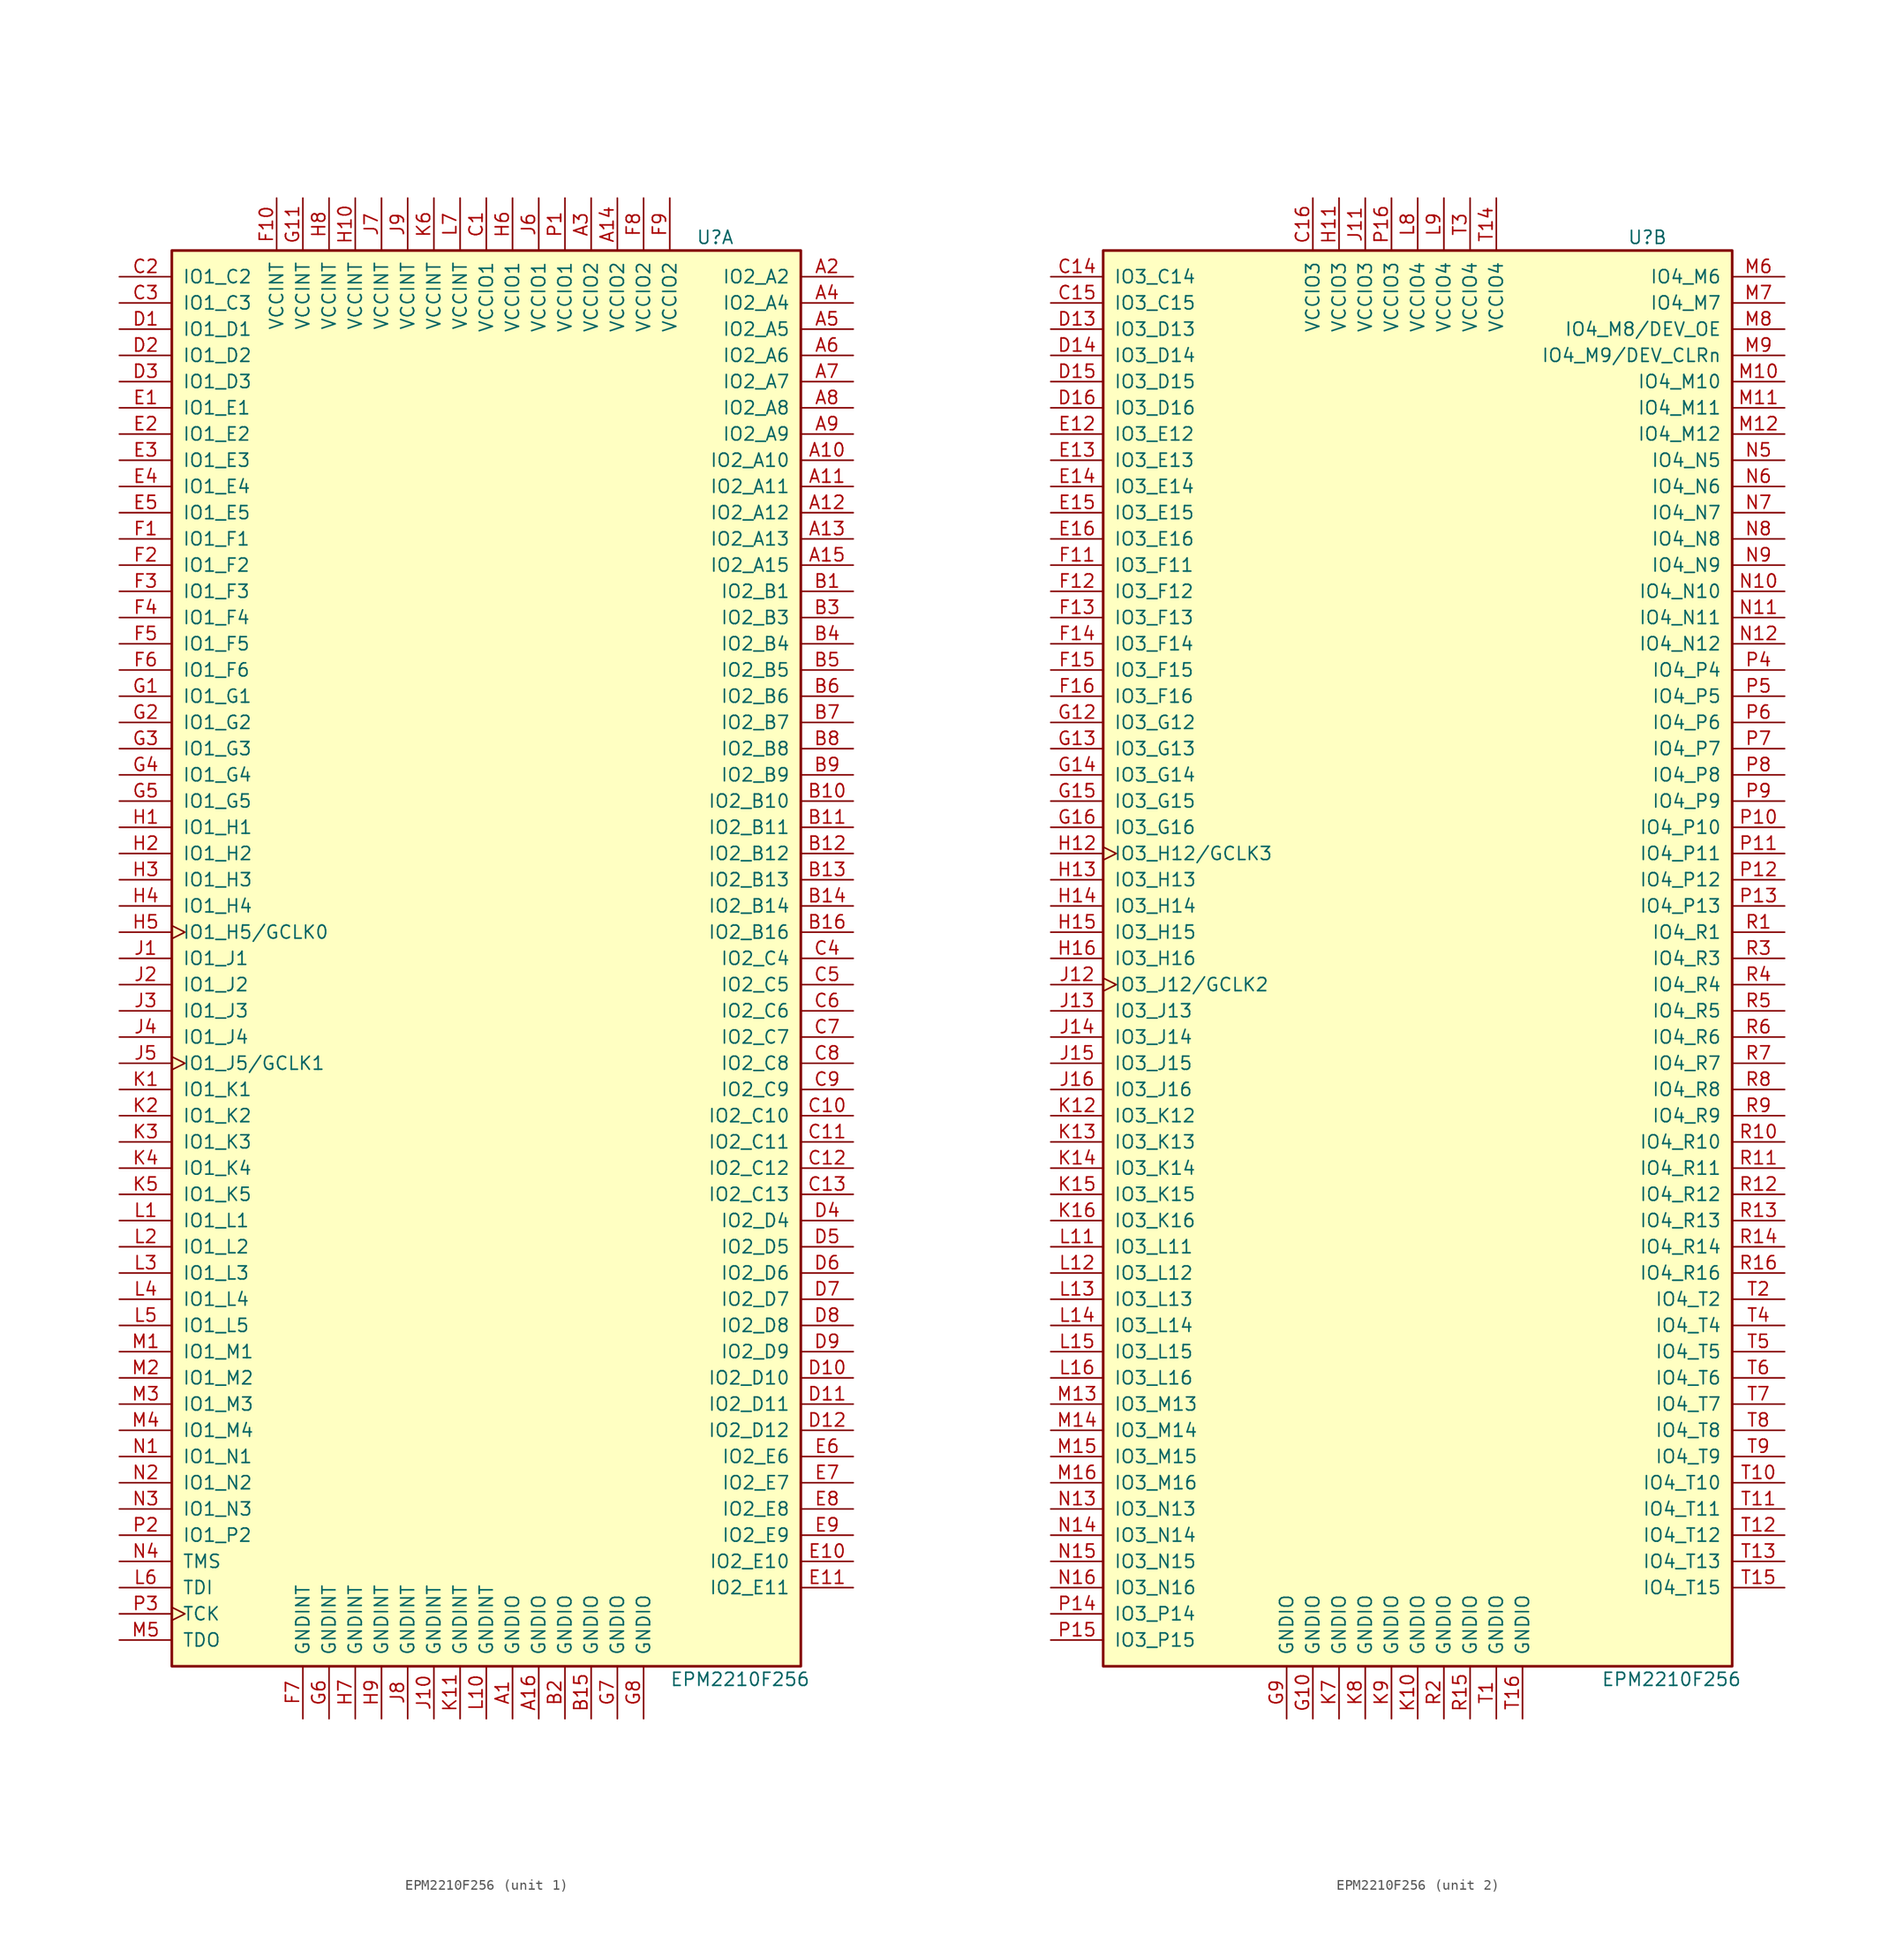
<source format=kicad_sym>
(kicad_symbol_lib
  (version 20211014)
  (generator kicad_symbol_editor)
  (symbol "EPM2210F256"
    (pin_names
      (offset 1.016))
    (property "Reference" "U"
      (at 20.32 69.85 0)
      (effects (font (size 1.27 1.27)) (justify left)))
    (property "Value" "EPM2210F256"
      (at 17.78 -69.85 0)
      (effects (font (size 1.27 1.27)) (justify left)))
    (property "ki_locked" ""
      (at 0 0 0)
      (effects (font (size 1.27 1.27))))
    (symbol "EPM2210F256_1_1"
      (rectangle (start -30.48 68.58) (end 30.48 -68.58) (stroke (width 0.254) (type default) (color 0 0 0 0)) (fill (type background)))
      (pin power_in line (at 2.54 -73.66 90) (length 5.08) (name "GNDIO" (effects (font (size 1.27 1.27)))) (number "A1" (effects (font (size 1.27 1.27)))))
      (pin bidirectional line (at 35.56 48.26 180) (length 5.08) (name "IO2_A10" (effects (font (size 1.27 1.27)))) (number "A10" (effects (font (size 1.27 1.27)))))
      (pin bidirectional line (at 35.56 45.72 180) (length 5.08) (name "IO2_A11" (effects (font (size 1.27 1.27)))) (number "A11" (effects (font (size 1.27 1.27)))))
      (pin bidirectional line (at 35.56 43.18 180) (length 5.08) (name "IO2_A12" (effects (font (size 1.27 1.27)))) (number "A12" (effects (font (size 1.27 1.27)))))
      (pin bidirectional line (at 35.56 40.64 180) (length 5.08) (name "IO2_A13" (effects (font (size 1.27 1.27)))) (number "A13" (effects (font (size 1.27 1.27)))))
      (pin power_in line (at 12.7 73.66 270) (length 5.08) (name "VCCIO2" (effects (font (size 1.27 1.27)))) (number "A14" (effects (font (size 1.27 1.27)))))
      (pin bidirectional line (at 35.56 38.1 180) (length 5.08) (name "IO2_A15" (effects (font (size 1.27 1.27)))) (number "A15" (effects (font (size 1.27 1.27)))))
      (pin power_in line (at 5.08 -73.66 90) (length 5.08) (name "GNDIO" (effects (font (size 1.27 1.27)))) (number "A16" (effects (font (size 1.27 1.27)))))
      (pin bidirectional line (at 35.56 66.04 180) (length 5.08) (name "IO2_A2" (effects (font (size 1.27 1.27)))) (number "A2" (effects (font (size 1.27 1.27)))))
      (pin power_in line (at 10.16 73.66 270) (length 5.08) (name "VCCIO2" (effects (font (size 1.27 1.27)))) (number "A3" (effects (font (size 1.27 1.27)))))
      (pin bidirectional line (at 35.56 63.5 180) (length 5.08) (name "IO2_A4" (effects (font (size 1.27 1.27)))) (number "A4" (effects (font (size 1.27 1.27)))))
      (pin bidirectional line (at 35.56 60.96 180) (length 5.08) (name "IO2_A5" (effects (font (size 1.27 1.27)))) (number "A5" (effects (font (size 1.27 1.27)))))
      (pin bidirectional line (at 35.56 58.42 180) (length 5.08) (name "IO2_A6" (effects (font (size 1.27 1.27)))) (number "A6" (effects (font (size 1.27 1.27)))))
      (pin bidirectional line (at 35.56 55.88 180) (length 5.08) (name "IO2_A7" (effects (font (size 1.27 1.27)))) (number "A7" (effects (font (size 1.27 1.27)))))
      (pin bidirectional line (at 35.56 53.34 180) (length 5.08) (name "IO2_A8" (effects (font (size 1.27 1.27)))) (number "A8" (effects (font (size 1.27 1.27)))))
      (pin bidirectional line (at 35.56 50.8 180) (length 5.08) (name "IO2_A9" (effects (font (size 1.27 1.27)))) (number "A9" (effects (font (size 1.27 1.27)))))
      (pin bidirectional line (at 35.56 35.56 180) (length 5.08) (name "IO2_B1" (effects (font (size 1.27 1.27)))) (number "B1" (effects (font (size 1.27 1.27)))))
      (pin bidirectional line (at 35.56 15.24 180) (length 5.08) (name "IO2_B10" (effects (font (size 1.27 1.27)))) (number "B10" (effects (font (size 1.27 1.27)))))
      (pin bidirectional line (at 35.56 12.7 180) (length 5.08) (name "IO2_B11" (effects (font (size 1.27 1.27)))) (number "B11" (effects (font (size 1.27 1.27)))))
      (pin bidirectional line (at 35.56 10.16 180) (length 5.08) (name "IO2_B12" (effects (font (size 1.27 1.27)))) (number "B12" (effects (font (size 1.27 1.27)))))
      (pin bidirectional line (at 35.56 7.62 180) (length 5.08) (name "IO2_B13" (effects (font (size 1.27 1.27)))) (number "B13" (effects (font (size 1.27 1.27)))))
      (pin bidirectional line (at 35.56 5.08 180) (length 5.08) (name "IO2_B14" (effects (font (size 1.27 1.27)))) (number "B14" (effects (font (size 1.27 1.27)))))
      (pin power_in line (at 10.16 -73.66 90) (length 5.08) (name "GNDIO" (effects (font (size 1.27 1.27)))) (number "B15" (effects (font (size 1.27 1.27)))))
      (pin bidirectional line (at 35.56 2.54 180) (length 5.08) (name "IO2_B16" (effects (font (size 1.27 1.27)))) (number "B16" (effects (font (size 1.27 1.27)))))
      (pin power_in line (at 7.62 -73.66 90) (length 5.08) (name "GNDIO" (effects (font (size 1.27 1.27)))) (number "B2" (effects (font (size 1.27 1.27)))))
      (pin bidirectional line (at 35.56 33.02 180) (length 5.08) (name "IO2_B3" (effects (font (size 1.27 1.27)))) (number "B3" (effects (font (size 1.27 1.27)))))
      (pin bidirectional line (at 35.56 30.48 180) (length 5.08) (name "IO2_B4" (effects (font (size 1.27 1.27)))) (number "B4" (effects (font (size 1.27 1.27)))))
      (pin bidirectional line (at 35.56 27.94 180) (length 5.08) (name "IO2_B5" (effects (font (size 1.27 1.27)))) (number "B5" (effects (font (size 1.27 1.27)))))
      (pin bidirectional line (at 35.56 25.4 180) (length 5.08) (name "IO2_B6" (effects (font (size 1.27 1.27)))) (number "B6" (effects (font (size 1.27 1.27)))))
      (pin bidirectional line (at 35.56 22.86 180) (length 5.08) (name "IO2_B7" (effects (font (size 1.27 1.27)))) (number "B7" (effects (font (size 1.27 1.27)))))
      (pin bidirectional line (at 35.56 20.32 180) (length 5.08) (name "IO2_B8" (effects (font (size 1.27 1.27)))) (number "B8" (effects (font (size 1.27 1.27)))))
      (pin bidirectional line (at 35.56 17.78 180) (length 5.08) (name "IO2_B9" (effects (font (size 1.27 1.27)))) (number "B9" (effects (font (size 1.27 1.27)))))
      (pin power_in line (at 0 73.66 270) (length 5.08) (name "VCCIO1" (effects (font (size 1.27 1.27)))) (number "C1" (effects (font (size 1.27 1.27)))))
      (pin bidirectional line (at 35.56 -15.24 180) (length 5.08) (name "IO2_C10" (effects (font (size 1.27 1.27)))) (number "C10" (effects (font (size 1.27 1.27)))))
      (pin bidirectional line (at 35.56 -17.78 180) (length 5.08) (name "IO2_C11" (effects (font (size 1.27 1.27)))) (number "C11" (effects (font (size 1.27 1.27)))))
      (pin bidirectional line (at 35.56 -20.32 180) (length 5.08) (name "IO2_C12" (effects (font (size 1.27 1.27)))) (number "C12" (effects (font (size 1.27 1.27)))))
      (pin bidirectional line (at 35.56 -22.86 180) (length 5.08) (name "IO2_C13" (effects (font (size 1.27 1.27)))) (number "C13" (effects (font (size 1.27 1.27)))))
      (pin bidirectional line (at -35.56 66.04 0) (length 5.08) (name "IO1_C2" (effects (font (size 1.27 1.27)))) (number "C2" (effects (font (size 1.27 1.27)))))
      (pin bidirectional line (at -35.56 63.5 0) (length 5.08) (name "IO1_C3" (effects (font (size 1.27 1.27)))) (number "C3" (effects (font (size 1.27 1.27)))))
      (pin bidirectional line (at 35.56 0 180) (length 5.08) (name "IO2_C4" (effects (font (size 1.27 1.27)))) (number "C4" (effects (font (size 1.27 1.27)))))
      (pin bidirectional line (at 35.56 -2.54 180) (length 5.08) (name "IO2_C5" (effects (font (size 1.27 1.27)))) (number "C5" (effects (font (size 1.27 1.27)))))
      (pin bidirectional line (at 35.56 -5.08 180) (length 5.08) (name "IO2_C6" (effects (font (size 1.27 1.27)))) (number "C6" (effects (font (size 1.27 1.27)))))
      (pin bidirectional line (at 35.56 -7.62 180) (length 5.08) (name "IO2_C7" (effects (font (size 1.27 1.27)))) (number "C7" (effects (font (size 1.27 1.27)))))
      (pin bidirectional line (at 35.56 -10.16 180) (length 5.08) (name "IO2_C8" (effects (font (size 1.27 1.27)))) (number "C8" (effects (font (size 1.27 1.27)))))
      (pin bidirectional line (at 35.56 -12.7 180) (length 5.08) (name "IO2_C9" (effects (font (size 1.27 1.27)))) (number "C9" (effects (font (size 1.27 1.27)))))
      (pin bidirectional line (at -35.56 60.96 0) (length 5.08) (name "IO1_D1" (effects (font (size 1.27 1.27)))) (number "D1" (effects (font (size 1.27 1.27)))))
      (pin bidirectional line (at 35.56 -40.64 180) (length 5.08) (name "IO2_D10" (effects (font (size 1.27 1.27)))) (number "D10" (effects (font (size 1.27 1.27)))))
      (pin bidirectional line (at 35.56 -43.18 180) (length 5.08) (name "IO2_D11" (effects (font (size 1.27 1.27)))) (number "D11" (effects (font (size 1.27 1.27)))))
      (pin bidirectional line (at 35.56 -45.72 180) (length 5.08) (name "IO2_D12" (effects (font (size 1.27 1.27)))) (number "D12" (effects (font (size 1.27 1.27)))))
      (pin bidirectional line (at -35.56 58.42 0) (length 5.08) (name "IO1_D2" (effects (font (size 1.27 1.27)))) (number "D2" (effects (font (size 1.27 1.27)))))
      (pin bidirectional line (at -35.56 55.88 0) (length 5.08) (name "IO1_D3" (effects (font (size 1.27 1.27)))) (number "D3" (effects (font (size 1.27 1.27)))))
      (pin bidirectional line (at 35.56 -25.4 180) (length 5.08) (name "IO2_D4" (effects (font (size 1.27 1.27)))) (number "D4" (effects (font (size 1.27 1.27)))))
      (pin bidirectional line (at 35.56 -27.94 180) (length 5.08) (name "IO2_D5" (effects (font (size 1.27 1.27)))) (number "D5" (effects (font (size 1.27 1.27)))))
      (pin bidirectional line (at 35.56 -30.48 180) (length 5.08) (name "IO2_D6" (effects (font (size 1.27 1.27)))) (number "D6" (effects (font (size 1.27 1.27)))))
      (pin bidirectional line (at 35.56 -33.02 180) (length 5.08) (name "IO2_D7" (effects (font (size 1.27 1.27)))) (number "D7" (effects (font (size 1.27 1.27)))))
      (pin bidirectional line (at 35.56 -35.56 180) (length 5.08) (name "IO2_D8" (effects (font (size 1.27 1.27)))) (number "D8" (effects (font (size 1.27 1.27)))))
      (pin bidirectional line (at 35.56 -38.1 180) (length 5.08) (name "IO2_D9" (effects (font (size 1.27 1.27)))) (number "D9" (effects (font (size 1.27 1.27)))))
      (pin bidirectional line (at -35.56 53.34 0) (length 5.08) (name "IO1_E1" (effects (font (size 1.27 1.27)))) (number "E1" (effects (font (size 1.27 1.27)))))
      (pin bidirectional line (at 35.56 -58.42 180) (length 5.08) (name "IO2_E10" (effects (font (size 1.27 1.27)))) (number "E10" (effects (font (size 1.27 1.27)))))
      (pin bidirectional line (at 35.56 -60.96 180) (length 5.08) (name "IO2_E11" (effects (font (size 1.27 1.27)))) (number "E11" (effects (font (size 1.27 1.27)))))
      (pin bidirectional line (at -35.56 50.8 0) (length 5.08) (name "IO1_E2" (effects (font (size 1.27 1.27)))) (number "E2" (effects (font (size 1.27 1.27)))))
      (pin bidirectional line (at -35.56 48.26 0) (length 5.08) (name "IO1_E3" (effects (font (size 1.27 1.27)))) (number "E3" (effects (font (size 1.27 1.27)))))
      (pin bidirectional line (at -35.56 45.72 0) (length 5.08) (name "IO1_E4" (effects (font (size 1.27 1.27)))) (number "E4" (effects (font (size 1.27 1.27)))))
      (pin bidirectional line (at -35.56 43.18 0) (length 5.08) (name "IO1_E5" (effects (font (size 1.27 1.27)))) (number "E5" (effects (font (size 1.27 1.27)))))
      (pin bidirectional line (at 35.56 -48.26 180) (length 5.08) (name "IO2_E6" (effects (font (size 1.27 1.27)))) (number "E6" (effects (font (size 1.27 1.27)))))
      (pin bidirectional line (at 35.56 -50.8 180) (length 5.08) (name "IO2_E7" (effects (font (size 1.27 1.27)))) (number "E7" (effects (font (size 1.27 1.27)))))
      (pin bidirectional line (at 35.56 -53.34 180) (length 5.08) (name "IO2_E8" (effects (font (size 1.27 1.27)))) (number "E8" (effects (font (size 1.27 1.27)))))
      (pin bidirectional line (at 35.56 -55.88 180) (length 5.08) (name "IO2_E9" (effects (font (size 1.27 1.27)))) (number "E9" (effects (font (size 1.27 1.27)))))
      (pin bidirectional line (at -35.56 40.64 0) (length 5.08) (name "IO1_F1" (effects (font (size 1.27 1.27)))) (number "F1" (effects (font (size 1.27 1.27)))))
      (pin power_in line (at -20.32 73.66 270) (length 5.08) (name "VCCINT" (effects (font (size 1.27 1.27)))) (number "F10" (effects (font (size 1.27 1.27)))))
      (pin bidirectional line (at -35.56 38.1 0) (length 5.08) (name "IO1_F2" (effects (font (size 1.27 1.27)))) (number "F2" (effects (font (size 1.27 1.27)))))
      (pin bidirectional line (at -35.56 35.56 0) (length 5.08) (name "IO1_F3" (effects (font (size 1.27 1.27)))) (number "F3" (effects (font (size 1.27 1.27)))))
      (pin bidirectional line (at -35.56 33.02 0) (length 5.08) (name "IO1_F4" (effects (font (size 1.27 1.27)))) (number "F4" (effects (font (size 1.27 1.27)))))
      (pin bidirectional line (at -35.56 30.48 0) (length 5.08) (name "IO1_F5" (effects (font (size 1.27 1.27)))) (number "F5" (effects (font (size 1.27 1.27)))))
      (pin bidirectional line (at -35.56 27.94 0) (length 5.08) (name "IO1_F6" (effects (font (size 1.27 1.27)))) (number "F6" (effects (font (size 1.27 1.27)))))
      (pin power_in line (at -17.78 -73.66 90) (length 5.08) (name "GNDINT" (effects (font (size 1.27 1.27)))) (number "F7" (effects (font (size 1.27 1.27)))))
      (pin power_in line (at 15.24 73.66 270) (length 5.08) (name "VCCIO2" (effects (font (size 1.27 1.27)))) (number "F8" (effects (font (size 1.27 1.27)))))
      (pin power_in line (at 17.78 73.66 270) (length 5.08) (name "VCCIO2" (effects (font (size 1.27 1.27)))) (number "F9" (effects (font (size 1.27 1.27)))))
      (pin bidirectional line (at -35.56 25.4 0) (length 5.08) (name "IO1_G1" (effects (font (size 1.27 1.27)))) (number "G1" (effects (font (size 1.27 1.27)))))
      (pin power_in line (at -17.78 73.66 270) (length 5.08) (name "VCCINT" (effects (font (size 1.27 1.27)))) (number "G11" (effects (font (size 1.27 1.27)))))
      (pin bidirectional line (at -35.56 22.86 0) (length 5.08) (name "IO1_G2" (effects (font (size 1.27 1.27)))) (number "G2" (effects (font (size 1.27 1.27)))))
      (pin bidirectional line (at -35.56 20.32 0) (length 5.08) (name "IO1_G3" (effects (font (size 1.27 1.27)))) (number "G3" (effects (font (size 1.27 1.27)))))
      (pin bidirectional line (at -35.56 17.78 0) (length 5.08) (name "IO1_G4" (effects (font (size 1.27 1.27)))) (number "G4" (effects (font (size 1.27 1.27)))))
      (pin bidirectional line (at -35.56 15.24 0) (length 5.08) (name "IO1_G5" (effects (font (size 1.27 1.27)))) (number "G5" (effects (font (size 1.27 1.27)))))
      (pin power_in line (at -15.24 -73.66 90) (length 5.08) (name "GNDINT" (effects (font (size 1.27 1.27)))) (number "G6" (effects (font (size 1.27 1.27)))))
      (pin power_in line (at 12.7 -73.66 90) (length 5.08) (name "GNDIO" (effects (font (size 1.27 1.27)))) (number "G7" (effects (font (size 1.27 1.27)))))
      (pin power_in line (at 15.24 -73.66 90) (length 5.08) (name "GNDIO" (effects (font (size 1.27 1.27)))) (number "G8" (effects (font (size 1.27 1.27)))))
      (pin bidirectional line (at -35.56 12.7 0) (length 5.08) (name "IO1_H1" (effects (font (size 1.27 1.27)))) (number "H1" (effects (font (size 1.27 1.27)))))
      (pin power_in line (at -12.7 73.66 270) (length 5.08) (name "VCCINT" (effects (font (size 1.27 1.27)))) (number "H10" (effects (font (size 1.27 1.27)))))
      (pin bidirectional line (at -35.56 10.16 0) (length 5.08) (name "IO1_H2" (effects (font (size 1.27 1.27)))) (number "H2" (effects (font (size 1.27 1.27)))))
      (pin bidirectional line (at -35.56 7.62 0) (length 5.08) (name "IO1_H3" (effects (font (size 1.27 1.27)))) (number "H3" (effects (font (size 1.27 1.27)))))
      (pin bidirectional line (at -35.56 5.08 0) (length 5.08) (name "IO1_H4" (effects (font (size 1.27 1.27)))) (number "H4" (effects (font (size 1.27 1.27)))))
      (pin bidirectional clock (at -35.56 2.54 0) (length 5.08) (name "IO1_H5/GCLK0" (effects (font (size 1.27 1.27)))) (number "H5" (effects (font (size 1.27 1.27)))))
      (pin power_in line (at 2.54 73.66 270) (length 5.08) (name "VCCIO1" (effects (font (size 1.27 1.27)))) (number "H6" (effects (font (size 1.27 1.27)))))
      (pin power_in line (at -12.7 -73.66 90) (length 5.08) (name "GNDINT" (effects (font (size 1.27 1.27)))) (number "H7" (effects (font (size 1.27 1.27)))))
      (pin power_in line (at -15.24 73.66 270) (length 5.08) (name "VCCINT" (effects (font (size 1.27 1.27)))) (number "H8" (effects (font (size 1.27 1.27)))))
      (pin power_in line (at -10.16 -73.66 90) (length 5.08) (name "GNDINT" (effects (font (size 1.27 1.27)))) (number "H9" (effects (font (size 1.27 1.27)))))
      (pin bidirectional line (at -35.56 0 0) (length 5.08) (name "IO1_J1" (effects (font (size 1.27 1.27)))) (number "J1" (effects (font (size 1.27 1.27)))))
      (pin power_in line (at -5.08 -73.66 90) (length 5.08) (name "GNDINT" (effects (font (size 1.27 1.27)))) (number "J10" (effects (font (size 1.27 1.27)))))
      (pin bidirectional line (at -35.56 -2.54 0) (length 5.08) (name "IO1_J2" (effects (font (size 1.27 1.27)))) (number "J2" (effects (font (size 1.27 1.27)))))
      (pin bidirectional line (at -35.56 -5.08 0) (length 5.08) (name "IO1_J3" (effects (font (size 1.27 1.27)))) (number "J3" (effects (font (size 1.27 1.27)))))
      (pin bidirectional line (at -35.56 -7.62 0) (length 5.08) (name "IO1_J4" (effects (font (size 1.27 1.27)))) (number "J4" (effects (font (size 1.27 1.27)))))
      (pin bidirectional clock (at -35.56 -10.16 0) (length 5.08) (name "IO1_J5/GCLK1" (effects (font (size 1.27 1.27)))) (number "J5" (effects (font (size 1.27 1.27)))))
      (pin power_in line (at 5.08 73.66 270) (length 5.08) (name "VCCIO1" (effects (font (size 1.27 1.27)))) (number "J6" (effects (font (size 1.27 1.27)))))
      (pin power_in line (at -10.16 73.66 270) (length 5.08) (name "VCCINT" (effects (font (size 1.27 1.27)))) (number "J7" (effects (font (size 1.27 1.27)))))
      (pin power_in line (at -7.62 -73.66 90) (length 5.08) (name "GNDINT" (effects (font (size 1.27 1.27)))) (number "J8" (effects (font (size 1.27 1.27)))))
      (pin power_in line (at -7.62 73.66 270) (length 5.08) (name "VCCINT" (effects (font (size 1.27 1.27)))) (number "J9" (effects (font (size 1.27 1.27)))))
      (pin bidirectional line (at -35.56 -12.7 0) (length 5.08) (name "IO1_K1" (effects (font (size 1.27 1.27)))) (number "K1" (effects (font (size 1.27 1.27)))))
      (pin power_in line (at -2.54 -73.66 90) (length 5.08) (name "GNDINT" (effects (font (size 1.27 1.27)))) (number "K11" (effects (font (size 1.27 1.27)))))
      (pin bidirectional line (at -35.56 -15.24 0) (length 5.08) (name "IO1_K2" (effects (font (size 1.27 1.27)))) (number "K2" (effects (font (size 1.27 1.27)))))
      (pin bidirectional line (at -35.56 -17.78 0) (length 5.08) (name "IO1_K3" (effects (font (size 1.27 1.27)))) (number "K3" (effects (font (size 1.27 1.27)))))
      (pin bidirectional line (at -35.56 -20.32 0) (length 5.08) (name "IO1_K4" (effects (font (size 1.27 1.27)))) (number "K4" (effects (font (size 1.27 1.27)))))
      (pin bidirectional line (at -35.56 -22.86 0) (length 5.08) (name "IO1_K5" (effects (font (size 1.27 1.27)))) (number "K5" (effects (font (size 1.27 1.27)))))
      (pin power_in line (at -5.08 73.66 270) (length 5.08) (name "VCCINT" (effects (font (size 1.27 1.27)))) (number "K6" (effects (font (size 1.27 1.27)))))
      (pin bidirectional line (at -35.56 -25.4 0) (length 5.08) (name "IO1_L1" (effects (font (size 1.27 1.27)))) (number "L1" (effects (font (size 1.27 1.27)))))
      (pin power_in line (at 0 -73.66 90) (length 5.08) (name "GNDINT" (effects (font (size 1.27 1.27)))) (number "L10" (effects (font (size 1.27 1.27)))))
      (pin bidirectional line (at -35.56 -27.94 0) (length 5.08) (name "IO1_L2" (effects (font (size 1.27 1.27)))) (number "L2" (effects (font (size 1.27 1.27)))))
      (pin bidirectional line (at -35.56 -30.48 0) (length 5.08) (name "IO1_L3" (effects (font (size 1.27 1.27)))) (number "L3" (effects (font (size 1.27 1.27)))))
      (pin bidirectional line (at -35.56 -33.02 0) (length 5.08) (name "IO1_L4" (effects (font (size 1.27 1.27)))) (number "L4" (effects (font (size 1.27 1.27)))))
      (pin bidirectional line (at -35.56 -35.56 0) (length 5.08) (name "IO1_L5" (effects (font (size 1.27 1.27)))) (number "L5" (effects (font (size 1.27 1.27)))))
      (pin input line (at -35.56 -60.96 0) (length 5.08) (name "TDI" (effects (font (size 1.27 1.27)))) (number "L6" (effects (font (size 1.27 1.27)))))
      (pin power_in line (at -2.54 73.66 270) (length 5.08) (name "VCCINT" (effects (font (size 1.27 1.27)))) (number "L7" (effects (font (size 1.27 1.27)))))
      (pin bidirectional line (at -35.56 -38.1 0) (length 5.08) (name "IO1_M1" (effects (font (size 1.27 1.27)))) (number "M1" (effects (font (size 1.27 1.27)))))
      (pin bidirectional line (at -35.56 -40.64 0) (length 5.08) (name "IO1_M2" (effects (font (size 1.27 1.27)))) (number "M2" (effects (font (size 1.27 1.27)))))
      (pin bidirectional line (at -35.56 -43.18 0) (length 5.08) (name "IO1_M3" (effects (font (size 1.27 1.27)))) (number "M3" (effects (font (size 1.27 1.27)))))
      (pin bidirectional line (at -35.56 -45.72 0) (length 5.08) (name "IO1_M4" (effects (font (size 1.27 1.27)))) (number "M4" (effects (font (size 1.27 1.27)))))
      (pin output line (at -35.56 -66.04 0) (length 5.08) (name "TDO" (effects (font (size 1.27 1.27)))) (number "M5" (effects (font (size 1.27 1.27)))))
      (pin bidirectional line (at -35.56 -48.26 0) (length 5.08) (name "IO1_N1" (effects (font (size 1.27 1.27)))) (number "N1" (effects (font (size 1.27 1.27)))))
      (pin bidirectional line (at -35.56 -50.8 0) (length 5.08) (name "IO1_N2" (effects (font (size 1.27 1.27)))) (number "N2" (effects (font (size 1.27 1.27)))))
      (pin bidirectional line (at -35.56 -53.34 0) (length 5.08) (name "IO1_N3" (effects (font (size 1.27 1.27)))) (number "N3" (effects (font (size 1.27 1.27)))))
      (pin input line (at -35.56 -58.42 0) (length 5.08) (name "TMS" (effects (font (size 1.27 1.27)))) (number "N4" (effects (font (size 1.27 1.27)))))
      (pin power_in line (at 7.62 73.66 270) (length 5.08) (name "VCCIO1" (effects (font (size 1.27 1.27)))) (number "P1" (effects (font (size 1.27 1.27)))))
      (pin bidirectional line (at -35.56 -55.88 0) (length 5.08) (name "IO1_P2" (effects (font (size 1.27 1.27)))) (number "P2" (effects (font (size 1.27 1.27)))))
      (pin input clock (at -35.56 -63.5 0) (length 5.08) (name "TCK" (effects (font (size 1.27 1.27)))) (number "P3" (effects (font (size 1.27 1.27))))))
    (symbol "EPM2210F256_2_1"
      (rectangle (start -30.48 68.58) (end 30.48 -68.58) (stroke (width 0.254) (type default) (color 0 0 0 0)) (fill (type background)))
      (pin bidirectional line (at -35.56 66.04 0) (length 5.08) (name "IO3_C14" (effects (font (size 1.27 1.27)))) (number "C14" (effects (font (size 1.27 1.27)))))
      (pin bidirectional line (at -35.56 63.5 0) (length 5.08) (name "IO3_C15" (effects (font (size 1.27 1.27)))) (number "C15" (effects (font (size 1.27 1.27)))))
      (pin power_in line (at -10.16 73.66 270) (length 5.08) (name "VCCIO3" (effects (font (size 1.27 1.27)))) (number "C16" (effects (font (size 1.27 1.27)))))
      (pin bidirectional line (at -35.56 60.96 0) (length 5.08) (name "IO3_D13" (effects (font (size 1.27 1.27)))) (number "D13" (effects (font (size 1.27 1.27)))))
      (pin bidirectional line (at -35.56 58.42 0) (length 5.08) (name "IO3_D14" (effects (font (size 1.27 1.27)))) (number "D14" (effects (font (size 1.27 1.27)))))
      (pin bidirectional line (at -35.56 55.88 0) (length 5.08) (name "IO3_D15" (effects (font (size 1.27 1.27)))) (number "D15" (effects (font (size 1.27 1.27)))))
      (pin bidirectional line (at -35.56 53.34 0) (length 5.08) (name "IO3_D16" (effects (font (size 1.27 1.27)))) (number "D16" (effects (font (size 1.27 1.27)))))
      (pin bidirectional line (at -35.56 50.8 0) (length 5.08) (name "IO3_E12" (effects (font (size 1.27 1.27)))) (number "E12" (effects (font (size 1.27 1.27)))))
      (pin bidirectional line (at -35.56 48.26 0) (length 5.08) (name "IO3_E13" (effects (font (size 1.27 1.27)))) (number "E13" (effects (font (size 1.27 1.27)))))
      (pin bidirectional line (at -35.56 45.72 0) (length 5.08) (name "IO3_E14" (effects (font (size 1.27 1.27)))) (number "E14" (effects (font (size 1.27 1.27)))))
      (pin bidirectional line (at -35.56 43.18 0) (length 5.08) (name "IO3_E15" (effects (font (size 1.27 1.27)))) (number "E15" (effects (font (size 1.27 1.27)))))
      (pin bidirectional line (at -35.56 40.64 0) (length 5.08) (name "IO3_E16" (effects (font (size 1.27 1.27)))) (number "E16" (effects (font (size 1.27 1.27)))))
      (pin bidirectional line (at -35.56 38.1 0) (length 5.08) (name "IO3_F11" (effects (font (size 1.27 1.27)))) (number "F11" (effects (font (size 1.27 1.27)))))
      (pin bidirectional line (at -35.56 35.56 0) (length 5.08) (name "IO3_F12" (effects (font (size 1.27 1.27)))) (number "F12" (effects (font (size 1.27 1.27)))))
      (pin bidirectional line (at -35.56 33.02 0) (length 5.08) (name "IO3_F13" (effects (font (size 1.27 1.27)))) (number "F13" (effects (font (size 1.27 1.27)))))
      (pin bidirectional line (at -35.56 30.48 0) (length 5.08) (name "IO3_F14" (effects (font (size 1.27 1.27)))) (number "F14" (effects (font (size 1.27 1.27)))))
      (pin bidirectional line (at -35.56 27.94 0) (length 5.08) (name "IO3_F15" (effects (font (size 1.27 1.27)))) (number "F15" (effects (font (size 1.27 1.27)))))
      (pin bidirectional line (at -35.56 25.4 0) (length 5.08) (name "IO3_F16" (effects (font (size 1.27 1.27)))) (number "F16" (effects (font (size 1.27 1.27)))))
      (pin power_in line (at -10.16 -73.66 90) (length 5.08) (name "GNDIO" (effects (font (size 1.27 1.27)))) (number "G10" (effects (font (size 1.27 1.27)))))
      (pin bidirectional line (at -35.56 22.86 0) (length 5.08) (name "IO3_G12" (effects (font (size 1.27 1.27)))) (number "G12" (effects (font (size 1.27 1.27)))))
      (pin bidirectional line (at -35.56 20.32 0) (length 5.08) (name "IO3_G13" (effects (font (size 1.27 1.27)))) (number "G13" (effects (font (size 1.27 1.27)))))
      (pin bidirectional line (at -35.56 17.78 0) (length 5.08) (name "IO3_G14" (effects (font (size 1.27 1.27)))) (number "G14" (effects (font (size 1.27 1.27)))))
      (pin bidirectional line (at -35.56 15.24 0) (length 5.08) (name "IO3_G15" (effects (font (size 1.27 1.27)))) (number "G15" (effects (font (size 1.27 1.27)))))
      (pin bidirectional line (at -35.56 12.7 0) (length 5.08) (name "IO3_G16" (effects (font (size 1.27 1.27)))) (number "G16" (effects (font (size 1.27 1.27)))))
      (pin power_in line (at -12.7 -73.66 90) (length 5.08) (name "GNDIO" (effects (font (size 1.27 1.27)))) (number "G9" (effects (font (size 1.27 1.27)))))
      (pin power_in line (at -7.62 73.66 270) (length 5.08) (name "VCCIO3" (effects (font (size 1.27 1.27)))) (number "H11" (effects (font (size 1.27 1.27)))))
      (pin bidirectional clock (at -35.56 10.16 0) (length 5.08) (name "IO3_H12/GCLK3" (effects (font (size 1.27 1.27)))) (number "H12" (effects (font (size 1.27 1.27)))))
      (pin bidirectional line (at -35.56 7.62 0) (length 5.08) (name "IO3_H13" (effects (font (size 1.27 1.27)))) (number "H13" (effects (font (size 1.27 1.27)))))
      (pin bidirectional line (at -35.56 5.08 0) (length 5.08) (name "IO3_H14" (effects (font (size 1.27 1.27)))) (number "H14" (effects (font (size 1.27 1.27)))))
      (pin bidirectional line (at -35.56 2.54 0) (length 5.08) (name "IO3_H15" (effects (font (size 1.27 1.27)))) (number "H15" (effects (font (size 1.27 1.27)))))
      (pin bidirectional line (at -35.56 0 0) (length 5.08) (name "IO3_H16" (effects (font (size 1.27 1.27)))) (number "H16" (effects (font (size 1.27 1.27)))))
      (pin power_in line (at -5.08 73.66 270) (length 5.08) (name "VCCIO3" (effects (font (size 1.27 1.27)))) (number "J11" (effects (font (size 1.27 1.27)))))
      (pin bidirectional clock (at -35.56 -2.54 0) (length 5.08) (name "IO3_J12/GCLK2" (effects (font (size 1.27 1.27)))) (number "J12" (effects (font (size 1.27 1.27)))))
      (pin bidirectional line (at -35.56 -5.08 0) (length 5.08) (name "IO3_J13" (effects (font (size 1.27 1.27)))) (number "J13" (effects (font (size 1.27 1.27)))))
      (pin bidirectional line (at -35.56 -7.62 0) (length 5.08) (name "IO3_J14" (effects (font (size 1.27 1.27)))) (number "J14" (effects (font (size 1.27 1.27)))))
      (pin bidirectional line (at -35.56 -10.16 0) (length 5.08) (name "IO3_J15" (effects (font (size 1.27 1.27)))) (number "J15" (effects (font (size 1.27 1.27)))))
      (pin bidirectional line (at -35.56 -12.7 0) (length 5.08) (name "IO3_J16" (effects (font (size 1.27 1.27)))) (number "J16" (effects (font (size 1.27 1.27)))))
      (pin power_in line (at 0 -73.66 90) (length 5.08) (name "GNDIO" (effects (font (size 1.27 1.27)))) (number "K10" (effects (font (size 1.27 1.27)))))
      (pin bidirectional line (at -35.56 -15.24 0) (length 5.08) (name "IO3_K12" (effects (font (size 1.27 1.27)))) (number "K12" (effects (font (size 1.27 1.27)))))
      (pin bidirectional line (at -35.56 -17.78 0) (length 5.08) (name "IO3_K13" (effects (font (size 1.27 1.27)))) (number "K13" (effects (font (size 1.27 1.27)))))
      (pin bidirectional line (at -35.56 -20.32 0) (length 5.08) (name "IO3_K14" (effects (font (size 1.27 1.27)))) (number "K14" (effects (font (size 1.27 1.27)))))
      (pin bidirectional line (at -35.56 -22.86 0) (length 5.08) (name "IO3_K15" (effects (font (size 1.27 1.27)))) (number "K15" (effects (font (size 1.27 1.27)))))
      (pin bidirectional line (at -35.56 -25.4 0) (length 5.08) (name "IO3_K16" (effects (font (size 1.27 1.27)))) (number "K16" (effects (font (size 1.27 1.27)))))
      (pin power_in line (at -7.62 -73.66 90) (length 5.08) (name "GNDIO" (effects (font (size 1.27 1.27)))) (number "K7" (effects (font (size 1.27 1.27)))))
      (pin power_in line (at -5.08 -73.66 90) (length 5.08) (name "GNDIO" (effects (font (size 1.27 1.27)))) (number "K8" (effects (font (size 1.27 1.27)))))
      (pin power_in line (at -2.54 -73.66 90) (length 5.08) (name "GNDIO" (effects (font (size 1.27 1.27)))) (number "K9" (effects (font (size 1.27 1.27)))))
      (pin bidirectional line (at -35.56 -27.94 0) (length 5.08) (name "IO3_L11" (effects (font (size 1.27 1.27)))) (number "L11" (effects (font (size 1.27 1.27)))))
      (pin bidirectional line (at -35.56 -30.48 0) (length 5.08) (name "IO3_L12" (effects (font (size 1.27 1.27)))) (number "L12" (effects (font (size 1.27 1.27)))))
      (pin bidirectional line (at -35.56 -33.02 0) (length 5.08) (name "IO3_L13" (effects (font (size 1.27 1.27)))) (number "L13" (effects (font (size 1.27 1.27)))))
      (pin bidirectional line (at -35.56 -35.56 0) (length 5.08) (name "IO3_L14" (effects (font (size 1.27 1.27)))) (number "L14" (effects (font (size 1.27 1.27)))))
      (pin bidirectional line (at -35.56 -38.1 0) (length 5.08) (name "IO3_L15" (effects (font (size 1.27 1.27)))) (number "L15" (effects (font (size 1.27 1.27)))))
      (pin bidirectional line (at -35.56 -40.64 0) (length 5.08) (name "IO3_L16" (effects (font (size 1.27 1.27)))) (number "L16" (effects (font (size 1.27 1.27)))))
      (pin power_in line (at 0 73.66 270) (length 5.08) (name "VCCIO4" (effects (font (size 1.27 1.27)))) (number "L8" (effects (font (size 1.27 1.27)))))
      (pin power_in line (at 2.54 73.66 270) (length 5.08) (name "VCCIO4" (effects (font (size 1.27 1.27)))) (number "L9" (effects (font (size 1.27 1.27)))))
      (pin bidirectional line (at 35.56 55.88 180) (length 5.08) (name "IO4_M10" (effects (font (size 1.27 1.27)))) (number "M10" (effects (font (size 1.27 1.27)))))
      (pin bidirectional line (at 35.56 53.34 180) (length 5.08) (name "IO4_M11" (effects (font (size 1.27 1.27)))) (number "M11" (effects (font (size 1.27 1.27)))))
      (pin bidirectional line (at 35.56 50.8 180) (length 5.08) (name "IO4_M12" (effects (font (size 1.27 1.27)))) (number "M12" (effects (font (size 1.27 1.27)))))
      (pin bidirectional line (at -35.56 -43.18 0) (length 5.08) (name "IO3_M13" (effects (font (size 1.27 1.27)))) (number "M13" (effects (font (size 1.27 1.27)))))
      (pin bidirectional line (at -35.56 -45.72 0) (length 5.08) (name "IO3_M14" (effects (font (size 1.27 1.27)))) (number "M14" (effects (font (size 1.27 1.27)))))
      (pin bidirectional line (at -35.56 -48.26 0) (length 5.08) (name "IO3_M15" (effects (font (size 1.27 1.27)))) (number "M15" (effects (font (size 1.27 1.27)))))
      (pin bidirectional line (at -35.56 -50.8 0) (length 5.08) (name "IO3_M16" (effects (font (size 1.27 1.27)))) (number "M16" (effects (font (size 1.27 1.27)))))
      (pin bidirectional line (at 35.56 66.04 180) (length 5.08) (name "IO4_M6" (effects (font (size 1.27 1.27)))) (number "M6" (effects (font (size 1.27 1.27)))))
      (pin bidirectional line (at 35.56 63.5 180) (length 5.08) (name "IO4_M7" (effects (font (size 1.27 1.27)))) (number "M7" (effects (font (size 1.27 1.27)))))
      (pin bidirectional line (at 35.56 60.96 180) (length 5.08) (name "IO4_M8/DEV_OE" (effects (font (size 1.27 1.27)))) (number "M8" (effects (font (size 1.27 1.27)))))
      (pin bidirectional line (at 35.56 58.42 180) (length 5.08) (name "IO4_M9/DEV_CLRn" (effects (font (size 1.27 1.27)))) (number "M9" (effects (font (size 1.27 1.27)))))
      (pin bidirectional line (at 35.56 35.56 180) (length 5.08) (name "IO4_N10" (effects (font (size 1.27 1.27)))) (number "N10" (effects (font (size 1.27 1.27)))))
      (pin bidirectional line (at 35.56 33.02 180) (length 5.08) (name "IO4_N11" (effects (font (size 1.27 1.27)))) (number "N11" (effects (font (size 1.27 1.27)))))
      (pin bidirectional line (at 35.56 30.48 180) (length 5.08) (name "IO4_N12" (effects (font (size 1.27 1.27)))) (number "N12" (effects (font (size 1.27 1.27)))))
      (pin bidirectional line (at -35.56 -53.34 0) (length 5.08) (name "IO3_N13" (effects (font (size 1.27 1.27)))) (number "N13" (effects (font (size 1.27 1.27)))))
      (pin bidirectional line (at -35.56 -55.88 0) (length 5.08) (name "IO3_N14" (effects (font (size 1.27 1.27)))) (number "N14" (effects (font (size 1.27 1.27)))))
      (pin bidirectional line (at -35.56 -58.42 0) (length 5.08) (name "IO3_N15" (effects (font (size 1.27 1.27)))) (number "N15" (effects (font (size 1.27 1.27)))))
      (pin bidirectional line (at -35.56 -60.96 0) (length 5.08) (name "IO3_N16" (effects (font (size 1.27 1.27)))) (number "N16" (effects (font (size 1.27 1.27)))))
      (pin bidirectional line (at 35.56 48.26 180) (length 5.08) (name "IO4_N5" (effects (font (size 1.27 1.27)))) (number "N5" (effects (font (size 1.27 1.27)))))
      (pin bidirectional line (at 35.56 45.72 180) (length 5.08) (name "IO4_N6" (effects (font (size 1.27 1.27)))) (number "N6" (effects (font (size 1.27 1.27)))))
      (pin bidirectional line (at 35.56 43.18 180) (length 5.08) (name "IO4_N7" (effects (font (size 1.27 1.27)))) (number "N7" (effects (font (size 1.27 1.27)))))
      (pin bidirectional line (at 35.56 40.64 180) (length 5.08) (name "IO4_N8" (effects (font (size 1.27 1.27)))) (number "N8" (effects (font (size 1.27 1.27)))))
      (pin bidirectional line (at 35.56 38.1 180) (length 5.08) (name "IO4_N9" (effects (font (size 1.27 1.27)))) (number "N9" (effects (font (size 1.27 1.27)))))
      (pin bidirectional line (at 35.56 12.7 180) (length 5.08) (name "IO4_P10" (effects (font (size 1.27 1.27)))) (number "P10" (effects (font (size 1.27 1.27)))))
      (pin bidirectional line (at 35.56 10.16 180) (length 5.08) (name "IO4_P11" (effects (font (size 1.27 1.27)))) (number "P11" (effects (font (size 1.27 1.27)))))
      (pin bidirectional line (at 35.56 7.62 180) (length 5.08) (name "IO4_P12" (effects (font (size 1.27 1.27)))) (number "P12" (effects (font (size 1.27 1.27)))))
      (pin bidirectional line (at 35.56 5.08 180) (length 5.08) (name "IO4_P13" (effects (font (size 1.27 1.27)))) (number "P13" (effects (font (size 1.27 1.27)))))
      (pin bidirectional line (at -35.56 -63.5 0) (length 5.08) (name "IO3_P14" (effects (font (size 1.27 1.27)))) (number "P14" (effects (font (size 1.27 1.27)))))
      (pin bidirectional line (at -35.56 -66.04 0) (length 5.08) (name "IO3_P15" (effects (font (size 1.27 1.27)))) (number "P15" (effects (font (size 1.27 1.27)))))
      (pin power_in line (at -2.54 73.66 270) (length 5.08) (name "VCCIO3" (effects (font (size 1.27 1.27)))) (number "P16" (effects (font (size 1.27 1.27)))))
      (pin bidirectional line (at 35.56 27.94 180) (length 5.08) (name "IO4_P4" (effects (font (size 1.27 1.27)))) (number "P4" (effects (font (size 1.27 1.27)))))
      (pin bidirectional line (at 35.56 25.4 180) (length 5.08) (name "IO4_P5" (effects (font (size 1.27 1.27)))) (number "P5" (effects (font (size 1.27 1.27)))))
      (pin bidirectional line (at 35.56 22.86 180) (length 5.08) (name "IO4_P6" (effects (font (size 1.27 1.27)))) (number "P6" (effects (font (size 1.27 1.27)))))
      (pin bidirectional line (at 35.56 20.32 180) (length 5.08) (name "IO4_P7" (effects (font (size 1.27 1.27)))) (number "P7" (effects (font (size 1.27 1.27)))))
      (pin bidirectional line (at 35.56 17.78 180) (length 5.08) (name "IO4_P8" (effects (font (size 1.27 1.27)))) (number "P8" (effects (font (size 1.27 1.27)))))
      (pin bidirectional line (at 35.56 15.24 180) (length 5.08) (name "IO4_P9" (effects (font (size 1.27 1.27)))) (number "P9" (effects (font (size 1.27 1.27)))))
      (pin bidirectional line (at 35.56 2.54 180) (length 5.08) (name "IO4_R1" (effects (font (size 1.27 1.27)))) (number "R1" (effects (font (size 1.27 1.27)))))
      (pin bidirectional line (at 35.56 -17.78 180) (length 5.08) (name "IO4_R10" (effects (font (size 1.27 1.27)))) (number "R10" (effects (font (size 1.27 1.27)))))
      (pin bidirectional line (at 35.56 -20.32 180) (length 5.08) (name "IO4_R11" (effects (font (size 1.27 1.27)))) (number "R11" (effects (font (size 1.27 1.27)))))
      (pin bidirectional line (at 35.56 -22.86 180) (length 5.08) (name "IO4_R12" (effects (font (size 1.27 1.27)))) (number "R12" (effects (font (size 1.27 1.27)))))
      (pin bidirectional line (at 35.56 -25.4 180) (length 5.08) (name "IO4_R13" (effects (font (size 1.27 1.27)))) (number "R13" (effects (font (size 1.27 1.27)))))
      (pin bidirectional line (at 35.56 -27.94 180) (length 5.08) (name "IO4_R14" (effects (font (size 1.27 1.27)))) (number "R14" (effects (font (size 1.27 1.27)))))
      (pin power_in line (at 5.08 -73.66 90) (length 5.08) (name "GNDIO" (effects (font (size 1.27 1.27)))) (number "R15" (effects (font (size 1.27 1.27)))))
      (pin bidirectional line (at 35.56 -30.48 180) (length 5.08) (name "IO4_R16" (effects (font (size 1.27 1.27)))) (number "R16" (effects (font (size 1.27 1.27)))))
      (pin power_in line (at 2.54 -73.66 90) (length 5.08) (name "GNDIO" (effects (font (size 1.27 1.27)))) (number "R2" (effects (font (size 1.27 1.27)))))
      (pin bidirectional line (at 35.56 0 180) (length 5.08) (name "IO4_R3" (effects (font (size 1.27 1.27)))) (number "R3" (effects (font (size 1.27 1.27)))))
      (pin bidirectional line (at 35.56 -2.54 180) (length 5.08) (name "IO4_R4" (effects (font (size 1.27 1.27)))) (number "R4" (effects (font (size 1.27 1.27)))))
      (pin bidirectional line (at 35.56 -5.08 180) (length 5.08) (name "IO4_R5" (effects (font (size 1.27 1.27)))) (number "R5" (effects (font (size 1.27 1.27)))))
      (pin bidirectional line (at 35.56 -7.62 180) (length 5.08) (name "IO4_R6" (effects (font (size 1.27 1.27)))) (number "R6" (effects (font (size 1.27 1.27)))))
      (pin bidirectional line (at 35.56 -10.16 180) (length 5.08) (name "IO4_R7" (effects (font (size 1.27 1.27)))) (number "R7" (effects (font (size 1.27 1.27)))))
      (pin bidirectional line (at 35.56 -12.7 180) (length 5.08) (name "IO4_R8" (effects (font (size 1.27 1.27)))) (number "R8" (effects (font (size 1.27 1.27)))))
      (pin bidirectional line (at 35.56 -15.24 180) (length 5.08) (name "IO4_R9" (effects (font (size 1.27 1.27)))) (number "R9" (effects (font (size 1.27 1.27)))))
      (pin power_in line (at 7.62 -73.66 90) (length 5.08) (name "GNDIO" (effects (font (size 1.27 1.27)))) (number "T1" (effects (font (size 1.27 1.27)))))
      (pin bidirectional line (at 35.56 -50.8 180) (length 5.08) (name "IO4_T10" (effects (font (size 1.27 1.27)))) (number "T10" (effects (font (size 1.27 1.27)))))
      (pin bidirectional line (at 35.56 -53.34 180) (length 5.08) (name "IO4_T11" (effects (font (size 1.27 1.27)))) (number "T11" (effects (font (size 1.27 1.27)))))
      (pin bidirectional line (at 35.56 -55.88 180) (length 5.08) (name "IO4_T12" (effects (font (size 1.27 1.27)))) (number "T12" (effects (font (size 1.27 1.27)))))
      (pin bidirectional line (at 35.56 -58.42 180) (length 5.08) (name "IO4_T13" (effects (font (size 1.27 1.27)))) (number "T13" (effects (font (size 1.27 1.27)))))
      (pin power_in line (at 7.62 73.66 270) (length 5.08) (name "VCCIO4" (effects (font (size 1.27 1.27)))) (number "T14" (effects (font (size 1.27 1.27)))))
      (pin bidirectional line (at 35.56 -60.96 180) (length 5.08) (name "IO4_T15" (effects (font (size 1.27 1.27)))) (number "T15" (effects (font (size 1.27 1.27)))))
      (pin power_in line (at 10.16 -73.66 90) (length 5.08) (name "GNDIO" (effects (font (size 1.27 1.27)))) (number "T16" (effects (font (size 1.27 1.27)))))
      (pin bidirectional line (at 35.56 -33.02 180) (length 5.08) (name "IO4_T2" (effects (font (size 1.27 1.27)))) (number "T2" (effects (font (size 1.27 1.27)))))
      (pin power_in line (at 5.08 73.66 270) (length 5.08) (name "VCCIO4" (effects (font (size 1.27 1.27)))) (number "T3" (effects (font (size 1.27 1.27)))))
      (pin bidirectional line (at 35.56 -35.56 180) (length 5.08) (name "IO4_T4" (effects (font (size 1.27 1.27)))) (number "T4" (effects (font (size 1.27 1.27)))))
      (pin bidirectional line (at 35.56 -38.1 180) (length 5.08) (name "IO4_T5" (effects (font (size 1.27 1.27)))) (number "T5" (effects (font (size 1.27 1.27)))))
      (pin bidirectional line (at 35.56 -40.64 180) (length 5.08) (name "IO4_T6" (effects (font (size 1.27 1.27)))) (number "T6" (effects (font (size 1.27 1.27)))))
      (pin bidirectional line (at 35.56 -43.18 180) (length 5.08) (name "IO4_T7" (effects (font (size 1.27 1.27)))) (number "T7" (effects (font (size 1.27 1.27)))))
      (pin bidirectional line (at 35.56 -45.72 180) (length 5.08) (name "IO4_T8" (effects (font (size 1.27 1.27)))) (number "T8" (effects (font (size 1.27 1.27)))))
      (pin bidirectional line (at 35.56 -48.26 180) (length 5.08) (name "IO4_T9" (effects (font (size 1.27 1.27)))) (number "T9" (effects (font (size 1.27 1.27))))))))
</source>
